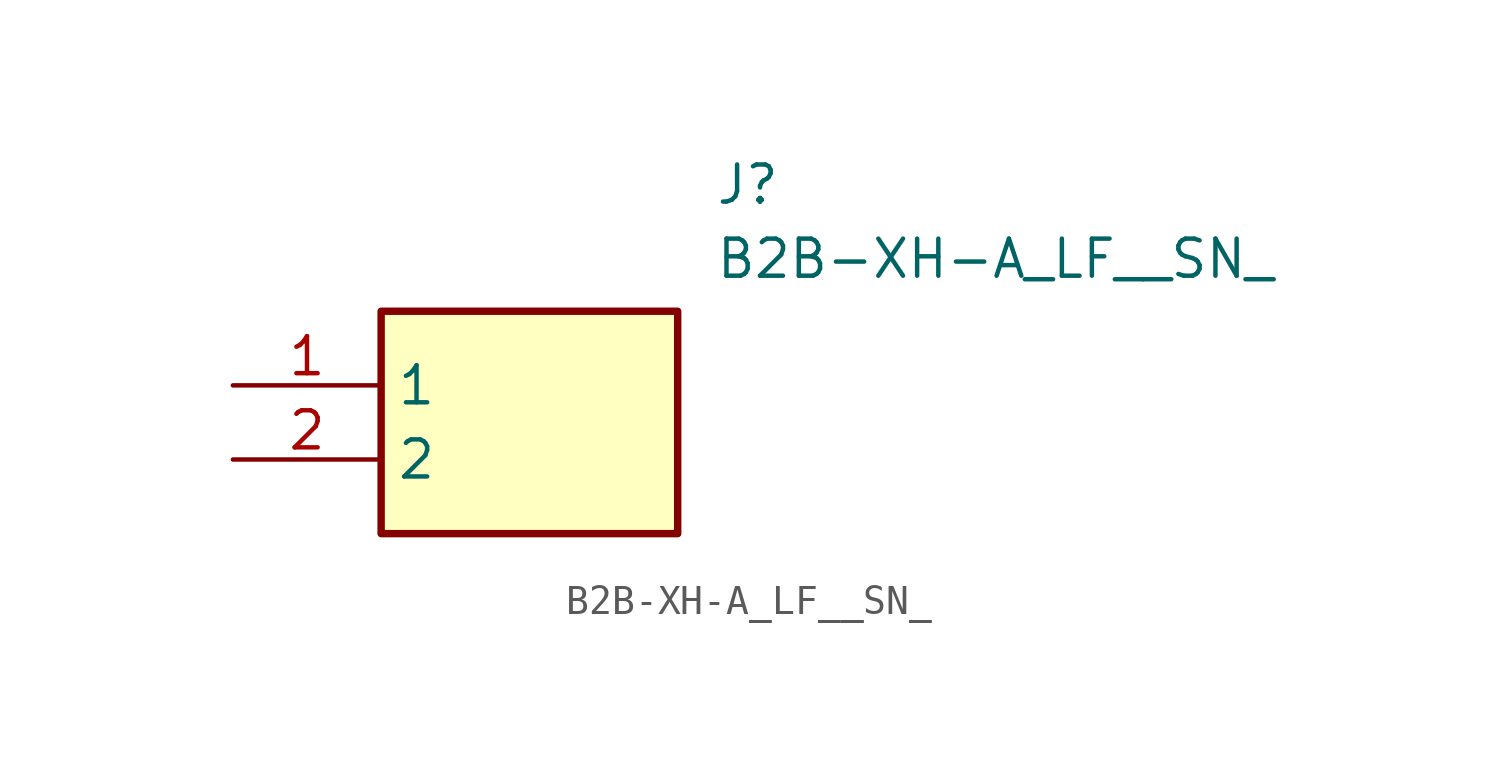
<source format=kicad_sym>
(kicad_symbol_lib
  (version 20211014)
  (generator SamacSys_ECAD_Model)
  (symbol "B2B-XH-A_LF__SN_"
    (property "Reference" "J"
      (at 16.51 7.62 0)
      (effects (font (size 1.27 1.27)) (justify left top)))
    (property "Value" "B2B-XH-A_LF__SN_"
      (at 16.51 5.08 0)
      (effects (font (size 1.27 1.27)) (justify left top)))
    (rectangle
      (start 5.08 2.54)
      (end 15.24 -5.08)
      (stroke (width 0.254) (type default))
      (fill (type background)))
    (pin passive line
      (at 0 0 0)
      (length 5.08)
      (name "1" (effects (font (size 1.27 1.27))))
      (number "1" (effects (font (size 1.27 1.27)))))
    (pin passive line
      (at 0 -2.54 0)
      (length 5.08)
      (name "2" (effects (font (size 1.27 1.27))))
      (number "2" (effects (font (size 1.27 1.27)))))))
</source>
